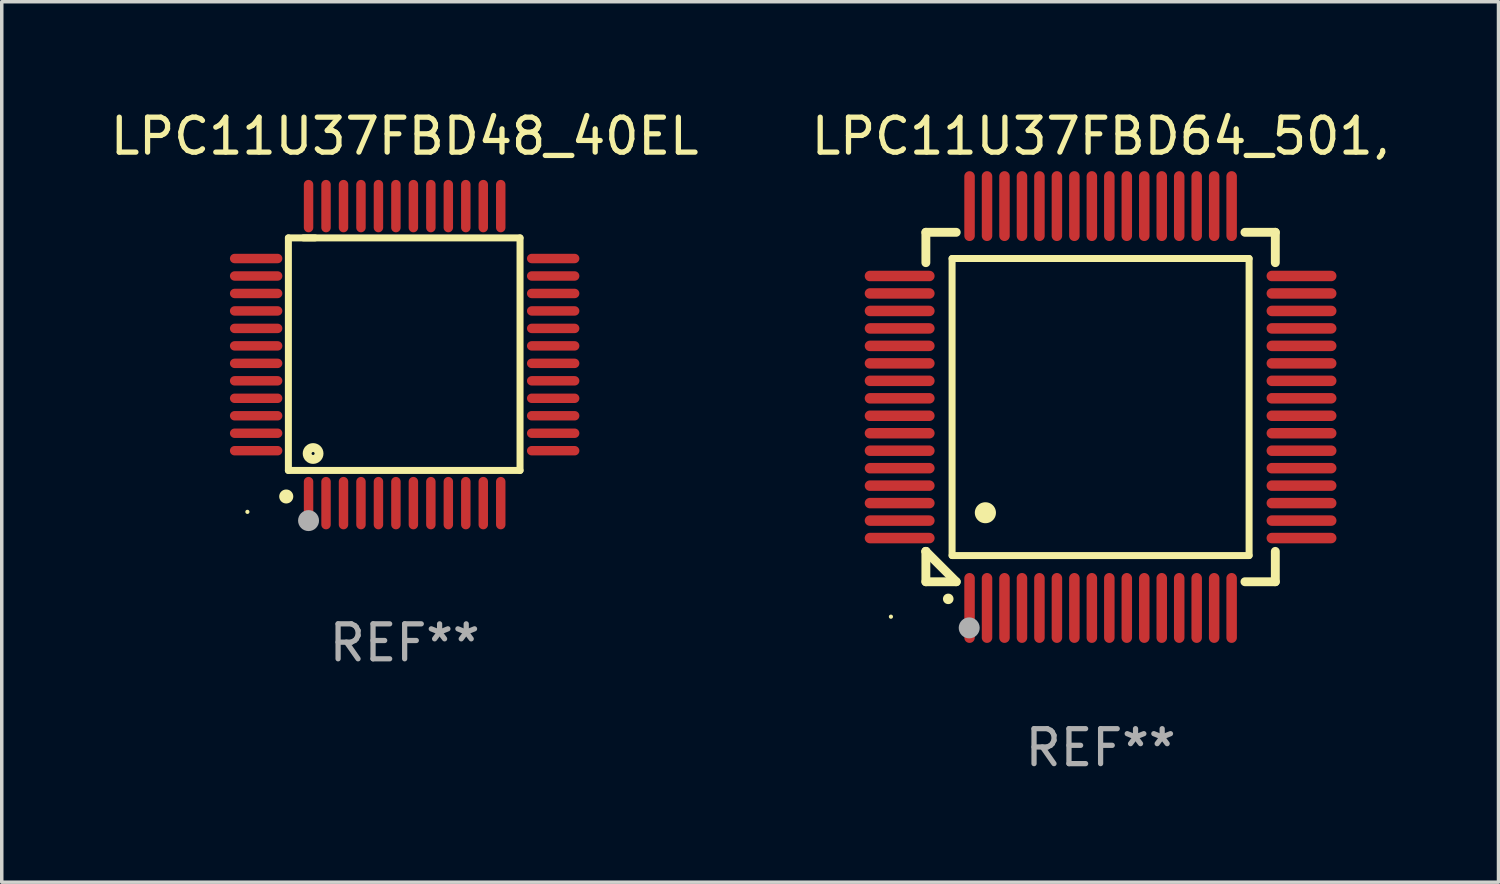
<source format=kicad_pcb>
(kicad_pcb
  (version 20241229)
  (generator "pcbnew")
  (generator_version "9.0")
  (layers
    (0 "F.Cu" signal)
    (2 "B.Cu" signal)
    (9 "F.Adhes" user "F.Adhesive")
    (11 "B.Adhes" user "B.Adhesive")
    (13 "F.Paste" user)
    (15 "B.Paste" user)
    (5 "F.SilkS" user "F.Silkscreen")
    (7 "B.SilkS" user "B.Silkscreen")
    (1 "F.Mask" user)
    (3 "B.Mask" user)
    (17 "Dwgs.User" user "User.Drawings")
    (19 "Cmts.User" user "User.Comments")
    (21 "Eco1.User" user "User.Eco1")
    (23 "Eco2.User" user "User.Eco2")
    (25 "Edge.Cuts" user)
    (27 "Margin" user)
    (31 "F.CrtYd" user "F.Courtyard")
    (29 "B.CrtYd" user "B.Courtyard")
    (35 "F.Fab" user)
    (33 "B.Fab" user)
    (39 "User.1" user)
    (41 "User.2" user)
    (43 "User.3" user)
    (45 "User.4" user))
  (footprint "LPC11U37FBD64_501,"
    (layer "F.Cu")
    (at 28.446 8.598)
    (property "Reference" "LPC11U37FBD64_501," (at 0 -7.75 0) (layer "F.SilkS") (effects (font (size 1 1) (thickness 0.15))))
    (attr through_hole)
    (fp_line (start -5 -5) (end -4.131 -5) (stroke (width 0.254) (type solid)) (layer "F.SilkS"))
    (fp_line (start -5 -4.131) (end -5 -5) (stroke (width 0.254) (type solid)) (layer "F.SilkS"))
    (fp_line (start -5 4.131) (end -5 4.131) (stroke (width 0.254) (type solid)) (layer "F.SilkS"))
    (fp_line (start -5 5) (end -5 4.131) (stroke (width 0.254) (type solid)) (layer "F.SilkS"))
    (fp_line (start -5 4.131) (end -4.131 5) (stroke (width 0.254) (type solid)) (layer "F.SilkS"))
    (fp_line (start -4.25 -4.25) (end -4.25 4.25) (stroke (width 0.2) (type solid)) (layer "F.SilkS"))
    (fp_line (start -4.25 4.25) (end 4.25 4.25) (stroke (width 0.2) (type solid)) (layer "F.SilkS"))
    (fp_line (start -4.131 5) (end -5 5) (stroke (width 0.254) (type solid)) (layer "F.SilkS"))
    (fp_line (start 4.25 -4.25) (end -4.25 -4.25) (stroke (width 0.2) (type solid)) (layer "F.SilkS"))
    (fp_line (start 4.25 4.25) (end 4.25 -4.25) (stroke (width 0.2) (type solid)) (layer "F.SilkS"))
    (fp_line (start 5 -5) (end 4.131 -5) (stroke (width 0.254) (type solid)) (layer "F.SilkS"))
    (fp_line (start 5 -5) (end 5 -4.131) (stroke (width 0.254) (type solid)) (layer "F.SilkS"))
    (fp_line (start 5 4.131) (end 5 5) (stroke (width 0.254) (type solid)) (layer "F.SilkS"))
    (fp_line (start 5 5) (end 4.131 5) (stroke (width 0.254) (type solid)) (layer "F.SilkS"))
    (fp_arc (start -4.361265 5.489992) (mid -4.359995 5.489987) (end -4.358725 5.489992) (stroke (width 0.3) (type solid)) (layer "F.SilkS"))
    (fp_arc (start -3.299467 3.025146) (mid -3.296927 3.025135) (end -3.294387 3.025146) (stroke (width 0.6) (type solid)) (layer "F.SilkS"))
    (fp_circle (center -6 6) (end -5.97 6) (stroke (width 0.06) (type solid)) (fill no) (layer "F.SilkS"))
    (fp_circle (center -3.76 6.32) (end -3.61 6.32) (stroke (width 0.3) (type solid)) (fill no) (layer "F.Fab"))
    (fp_text user "REF**" (at 0 9.75 0) (layer "F.Fab") (effects (font (size 1 1) (thickness 0.15))))
    (pad "1" smd oval (at -3.75 5.75) (size 0.3 2) (layers "F.Cu" "F.Mask" "F.Paste"))
    (pad "2" smd oval (at -3.25 5.75) (size 0.3 2) (layers "F.Cu" "F.Mask" "F.Paste"))
    (pad "3" smd oval (at -2.75 5.75) (size 0.3 2) (layers "F.Cu" "F.Mask" "F.Paste"))
    (pad "4" smd oval (at -2.25 5.75) (size 0.3 2) (layers "F.Cu" "F.Mask" "F.Paste"))
    (pad "5" smd oval (at -1.75 5.75) (size 0.3 2) (layers "F.Cu" "F.Mask" "F.Paste"))
    (pad "6" smd oval (at -1.25 5.75) (size 0.3 2) (layers "F.Cu" "F.Mask" "F.Paste"))
    (pad "7" smd oval (at -0.75 5.75) (size 0.3 2) (layers "F.Cu" "F.Mask" "F.Paste"))
    (pad "8" smd oval (at -0.25 5.75) (size 0.3 2) (layers "F.Cu" "F.Mask" "F.Paste"))
    (pad "9" smd oval (at 0.25 5.75) (size 0.3 2) (layers "F.Cu" "F.Mask" "F.Paste"))
    (pad "10" smd oval (at 0.75 5.75) (size 0.3 2) (layers "F.Cu" "F.Mask" "F.Paste"))
    (pad "11" smd oval (at 1.25 5.75) (size 0.3 2) (layers "F.Cu" "F.Mask" "F.Paste"))
    (pad "12" smd oval (at 1.75 5.75) (size 0.3 2) (layers "F.Cu" "F.Mask" "F.Paste"))
    (pad "13" smd oval (at 2.25 5.75) (size 0.3 2) (layers "F.Cu" "F.Mask" "F.Paste"))
    (pad "14" smd oval (at 2.75 5.75) (size 0.3 2) (layers "F.Cu" "F.Mask" "F.Paste"))
    (pad "15" smd oval (at 3.25 5.75) (size 0.3 2) (layers "F.Cu" "F.Mask" "F.Paste"))
    (pad "16" smd oval (at 3.75 5.75) (size 0.3 2) (layers "F.Cu" "F.Mask" "F.Paste"))
    (pad "17" smd oval (at 5.75 3.75) (size 2 0.3) (layers "F.Cu" "F.Mask" "F.Paste"))
    (pad "18" smd oval (at 5.75 3.25) (size 2 0.3) (layers "F.Cu" "F.Mask" "F.Paste"))
    (pad "19" smd oval (at 5.75 2.75) (size 2 0.3) (layers "F.Cu" "F.Mask" "F.Paste"))
    (pad "20" smd oval (at 5.75 2.25) (size 2 0.3) (layers "F.Cu" "F.Mask" "F.Paste"))
    (pad "21" smd oval (at 5.75 1.75) (size 2 0.3) (layers "F.Cu" "F.Mask" "F.Paste"))
    (pad "22" smd oval (at 5.75 1.25) (size 2 0.3) (layers "F.Cu" "F.Mask" "F.Paste"))
    (pad "23" smd oval (at 5.75 0.75) (size 2 0.3) (layers "F.Cu" "F.Mask" "F.Paste"))
    (pad "24" smd oval (at 5.75 0.25) (size 2 0.3) (layers "F.Cu" "F.Mask" "F.Paste"))
    (pad "25" smd oval (at 5.75 -0.25) (size 2 0.3) (layers "F.Cu" "F.Mask" "F.Paste"))
    (pad "26" smd oval (at 5.75 -0.75) (size 2 0.3) (layers "F.Cu" "F.Mask" "F.Paste"))
    (pad "27" smd oval (at 5.75 -1.25) (size 2 0.3) (layers "F.Cu" "F.Mask" "F.Paste"))
    (pad "28" smd oval (at 5.75 -1.75) (size 2 0.3) (layers "F.Cu" "F.Mask" "F.Paste"))
    (pad "29" smd oval (at 5.75 -2.25) (size 2 0.3) (layers "F.Cu" "F.Mask" "F.Paste"))
    (pad "30" smd oval (at 5.75 -2.75) (size 2 0.3) (layers "F.Cu" "F.Mask" "F.Paste"))
    (pad "31" smd oval (at 5.75 -3.25) (size 2 0.3) (layers "F.Cu" "F.Mask" "F.Paste"))
    (pad "32" smd oval (at 5.75 -3.75) (size 2 0.3) (layers "F.Cu" "F.Mask" "F.Paste"))
    (pad "33" smd oval (at 3.75 -5.75) (size 0.3 2) (layers "F.Cu" "F.Mask" "F.Paste"))
    (pad "34" smd oval (at 3.25 -5.75) (size 0.3 2) (layers "F.Cu" "F.Mask" "F.Paste"))
    (pad "35" smd oval (at 2.75 -5.75) (size 0.3 2) (layers "F.Cu" "F.Mask" "F.Paste"))
    (pad "36" smd oval (at 2.25 -5.75) (size 0.3 2) (layers "F.Cu" "F.Mask" "F.Paste"))
    (pad "37" smd oval (at 1.75 -5.75) (size 0.3 2) (layers "F.Cu" "F.Mask" "F.Paste"))
    (pad "38" smd oval (at 1.25 -5.75) (size 0.3 2) (layers "F.Cu" "F.Mask" "F.Paste"))
    (pad "39" smd oval (at 0.75 -5.75) (size 0.3 2) (layers "F.Cu" "F.Mask" "F.Paste"))
    (pad "40" smd oval (at 0.25 -5.75) (size 0.3 2) (layers "F.Cu" "F.Mask" "F.Paste"))
    (pad "41" smd oval (at -0.25 -5.75) (size 0.3 2) (layers "F.Cu" "F.Mask" "F.Paste"))
    (pad "42" smd oval (at -0.75 -5.75) (size 0.3 2) (layers "F.Cu" "F.Mask" "F.Paste"))
    (pad "43" smd oval (at -1.25 -5.75) (size 0.3 2) (layers "F.Cu" "F.Mask" "F.Paste"))
    (pad "44" smd oval (at -1.75 -5.75) (size 0.3 2) (layers "F.Cu" "F.Mask" "F.Paste"))
    (pad "45" smd oval (at -2.25 -5.75) (size 0.3 2) (layers "F.Cu" "F.Mask" "F.Paste"))
    (pad "46" smd oval (at -2.75 -5.75) (size 0.3 2) (layers "F.Cu" "F.Mask" "F.Paste"))
    (pad "47" smd oval (at -3.25 -5.75) (size 0.3 2) (layers "F.Cu" "F.Mask" "F.Paste"))
    (pad "48" smd oval (at -3.75 -5.75) (size 0.3 2) (layers "F.Cu" "F.Mask" "F.Paste"))
    (pad "49" smd oval (at -5.75 -3.75) (size 2 0.3) (layers "F.Cu" "F.Mask" "F.Paste"))
    (pad "50" smd oval (at -5.75 -3.25) (size 2 0.3) (layers "F.Cu" "F.Mask" "F.Paste"))
    (pad "51" smd oval (at -5.75 -2.75) (size 2 0.3) (layers "F.Cu" "F.Mask" "F.Paste"))
    (pad "52" smd oval (at -5.75 -2.25) (size 2 0.3) (layers "F.Cu" "F.Mask" "F.Paste"))
    (pad "53" smd oval (at -5.75 -1.75) (size 2 0.3) (layers "F.Cu" "F.Mask" "F.Paste"))
    (pad "54" smd oval (at -5.75 -1.25) (size 2 0.3) (layers "F.Cu" "F.Mask" "F.Paste"))
    (pad "55" smd oval (at -5.75 -0.75) (size 2 0.3) (layers "F.Cu" "F.Mask" "F.Paste"))
    (pad "56" smd oval (at -5.75 -0.25) (size 2 0.3) (layers "F.Cu" "F.Mask" "F.Paste"))
    (pad "57" smd oval (at -5.75 0.25) (size 2 0.3) (layers "F.Cu" "F.Mask" "F.Paste"))
    (pad "58" smd oval (at -5.75 0.75) (size 2 0.3) (layers "F.Cu" "F.Mask" "F.Paste"))
    (pad "59" smd oval (at -5.75 1.25) (size 2 0.3) (layers "F.Cu" "F.Mask" "F.Paste"))
    (pad "60" smd oval (at -5.75 1.75) (size 2 0.3) (layers "F.Cu" "F.Mask" "F.Paste"))
    (pad "61" smd oval (at -5.75 2.25) (size 2 0.3) (layers "F.Cu" "F.Mask" "F.Paste"))
    (pad "62" smd oval (at -5.75 2.75) (size 2 0.3) (layers "F.Cu" "F.Mask" "F.Paste"))
    (pad "63" smd oval (at -5.75 3.25) (size 2 0.3) (layers "F.Cu" "F.Mask" "F.Paste"))
    (pad "64" smd oval (at -5.75 3.75) (size 2 0.3) (layers "F.Cu" "F.Mask" "F.Paste")))
  (footprint "LPC11U37FBD48_40EL"
    (layer "F.Cu")
    (at 8.53 7.098)
    (property "Reference" "LPC11U37FBD48_40EL" (at 0 -6.25 0) (layer "F.SilkS") (effects (font (size 1 1) (thickness 0.15))))
    (attr through_hole)
    (fp_line (start -3.327 -3.34) (end -2.565 -3.34) (stroke (width 0.2) (type solid)) (layer "F.SilkS"))
    (fp_line (start -3.327 3.315) (end -3.327 -3.34) (stroke (width 0.2) (type solid)) (layer "F.SilkS"))
    (fp_line (start -2.896 -3.34) (end 3.302 -3.34) (stroke (width 0.2) (type solid)) (layer "F.SilkS"))
    (fp_line (start 3.302 -3.34) (end 3.302 3.315) (stroke (width 0.2) (type solid)) (layer "F.SilkS"))
    (fp_line (start 3.302 3.315) (end -3.327 3.315) (stroke (width 0.2) (type solid)) (layer "F.SilkS"))
    (fp_arc (start -3.389992 4.059995) (mid -3.388722 4.059991) (end -3.387452 4.059995) (stroke (width 0.4) (type solid)) (layer "F.SilkS"))
    (fp_circle (center -4.5 4.5) (end -4.47 4.5) (stroke (width 0.06) (type solid)) (fill no) (layer "F.SilkS"))
    (fp_circle (center -2.62 2.83) (end -2.45 2.83) (stroke (width 0.254) (type solid)) (fill no) (layer "F.SilkS"))
    (fp_circle (center -2.75 4.75) (end -2.6 4.75) (stroke (width 0.3) (type solid)) (fill no) (layer "F.Fab"))
    (fp_text user "REF**" (at 0 8.25 0) (layer "F.Fab") (effects (font (size 1 1) (thickness 0.15))))
    (pad "1" smd oval (at -2.75 4.25) (size 0.27 1.5) (layers "F.Cu" "F.Mask" "F.Paste"))
    (pad "2" smd oval (at -2.25 4.25) (size 0.27 1.5) (layers "F.Cu" "F.Mask" "F.Paste"))
    (pad "3" smd oval (at -1.75 4.25) (size 0.27 1.5) (layers "F.Cu" "F.Mask" "F.Paste"))
    (pad "4" smd oval (at -1.25 4.25) (size 0.27 1.5) (layers "F.Cu" "F.Mask" "F.Paste"))
    (pad "5" smd oval (at -0.75 4.25) (size 0.27 1.5) (layers "F.Cu" "F.Mask" "F.Paste"))
    (pad "6" smd oval (at -0.25 4.25) (size 0.27 1.5) (layers "F.Cu" "F.Mask" "F.Paste"))
    (pad "7" smd oval (at 0.25 4.25) (size 0.27 1.5) (layers "F.Cu" "F.Mask" "F.Paste"))
    (pad "8" smd oval (at 0.75 4.25) (size 0.27 1.5) (layers "F.Cu" "F.Mask" "F.Paste"))
    (pad "9" smd oval (at 1.25 4.25) (size 0.27 1.5) (layers "F.Cu" "F.Mask" "F.Paste"))
    (pad "10" smd oval (at 1.75 4.25) (size 0.27 1.5) (layers "F.Cu" "F.Mask" "F.Paste"))
    (pad "11" smd oval (at 2.25 4.25) (size 0.27 1.5) (layers "F.Cu" "F.Mask" "F.Paste"))
    (pad "12" smd oval (at 2.75 4.25) (size 0.27 1.5) (layers "F.Cu" "F.Mask" "F.Paste"))
    (pad "13" smd oval (at 4.25 2.75) (size 1.5 0.27) (layers "F.Cu" "F.Mask" "F.Paste"))
    (pad "14" smd oval (at 4.25 2.25) (size 1.5 0.27) (layers "F.Cu" "F.Mask" "F.Paste"))
    (pad "15" smd oval (at 4.25 1.75) (size 1.5 0.27) (layers "F.Cu" "F.Mask" "F.Paste"))
    (pad "16" smd oval (at 4.25 1.25) (size 1.5 0.27) (layers "F.Cu" "F.Mask" "F.Paste"))
    (pad "17" smd oval (at 4.25 0.75) (size 1.5 0.27) (layers "F.Cu" "F.Mask" "F.Paste"))
    (pad "18" smd oval (at 4.25 0.25) (size 1.5 0.27) (layers "F.Cu" "F.Mask" "F.Paste"))
    (pad "19" smd oval (at 4.25 -0.25) (size 1.5 0.27) (layers "F.Cu" "F.Mask" "F.Paste"))
    (pad "20" smd oval (at 4.25 -0.75) (size 1.5 0.27) (layers "F.Cu" "F.Mask" "F.Paste"))
    (pad "21" smd oval (at 4.25 -1.25) (size 1.5 0.27) (layers "F.Cu" "F.Mask" "F.Paste"))
    (pad "22" smd oval (at 4.25 -1.75) (size 1.5 0.27) (layers "F.Cu" "F.Mask" "F.Paste"))
    (pad "23" smd oval (at 4.25 -2.25) (size 1.5 0.27) (layers "F.Cu" "F.Mask" "F.Paste"))
    (pad "24" smd oval (at 4.25 -2.75) (size 1.5 0.27) (layers "F.Cu" "F.Mask" "F.Paste"))
    (pad "25" smd oval (at 2.75 -4.25) (size 0.27 1.5) (layers "F.Cu" "F.Mask" "F.Paste"))
    (pad "26" smd oval (at 2.25 -4.25) (size 0.27 1.5) (layers "F.Cu" "F.Mask" "F.Paste"))
    (pad "27" smd oval (at 1.75 -4.25) (size 0.27 1.5) (layers "F.Cu" "F.Mask" "F.Paste"))
    (pad "28" smd oval (at 1.25 -4.25) (size 0.27 1.5) (layers "F.Cu" "F.Mask" "F.Paste"))
    (pad "29" smd oval (at 0.75 -4.25) (size 0.27 1.5) (layers "F.Cu" "F.Mask" "F.Paste"))
    (pad "30" smd oval (at 0.25 -4.25) (size 0.27 1.5) (layers "F.Cu" "F.Mask" "F.Paste"))
    (pad "31" smd oval (at -0.25 -4.25) (size 0.27 1.5) (layers "F.Cu" "F.Mask" "F.Paste"))
    (pad "32" smd oval (at -0.75 -4.25) (size 0.27 1.5) (layers "F.Cu" "F.Mask" "F.Paste"))
    (pad "33" smd oval (at -1.25 -4.25) (size 0.27 1.5) (layers "F.Cu" "F.Mask" "F.Paste"))
    (pad "34" smd oval (at -1.75 -4.25) (size 0.27 1.5) (layers "F.Cu" "F.Mask" "F.Paste"))
    (pad "35" smd oval (at -2.25 -4.25) (size 0.27 1.5) (layers "F.Cu" "F.Mask" "F.Paste"))
    (pad "36" smd oval (at -2.75 -4.25) (size 0.27 1.5) (layers "F.Cu" "F.Mask" "F.Paste"))
    (pad "37" smd oval (at -4.25 -2.75) (size 1.5 0.27) (layers "F.Cu" "F.Mask" "F.Paste"))
    (pad "38" smd oval (at -4.25 -2.25) (size 1.5 0.27) (layers "F.Cu" "F.Mask" "F.Paste"))
    (pad "39" smd oval (at -4.25 -1.75) (size 1.5 0.27) (layers "F.Cu" "F.Mask" "F.Paste"))
    (pad "40" smd oval (at -4.25 -1.25) (size 1.5 0.27) (layers "F.Cu" "F.Mask" "F.Paste"))
    (pad "41" smd oval (at -4.25 -0.75) (size 1.5 0.27) (layers "F.Cu" "F.Mask" "F.Paste"))
    (pad "42" smd oval (at -4.25 -0.25) (size 1.5 0.27) (layers "F.Cu" "F.Mask" "F.Paste"))
    (pad "43" smd oval (at -4.25 0.25) (size 1.5 0.27) (layers "F.Cu" "F.Mask" "F.Paste"))
    (pad "44" smd oval (at -4.25 0.75) (size 1.5 0.27) (layers "F.Cu" "F.Mask" "F.Paste"))
    (pad "45" smd oval (at -4.25 1.25) (size 1.5 0.27) (layers "F.Cu" "F.Mask" "F.Paste"))
    (pad "46" smd oval (at -4.25 1.75) (size 1.5 0.27) (layers "F.Cu" "F.Mask" "F.Paste"))
    (pad "47" smd oval (at -4.25 2.25) (size 1.5 0.27) (layers "F.Cu" "F.Mask" "F.Paste"))
    (pad "48" smd oval (at -4.25 2.75) (size 1.5 0.27) (layers "F.Cu" "F.Mask" "F.Paste")))
  (gr_rect
    (start -3 -3)
    (end 39.833 22.196)
    (stroke (width 0.1) (type default))
    (fill no)
    (layer "Edge.Cuts")))
</source>
